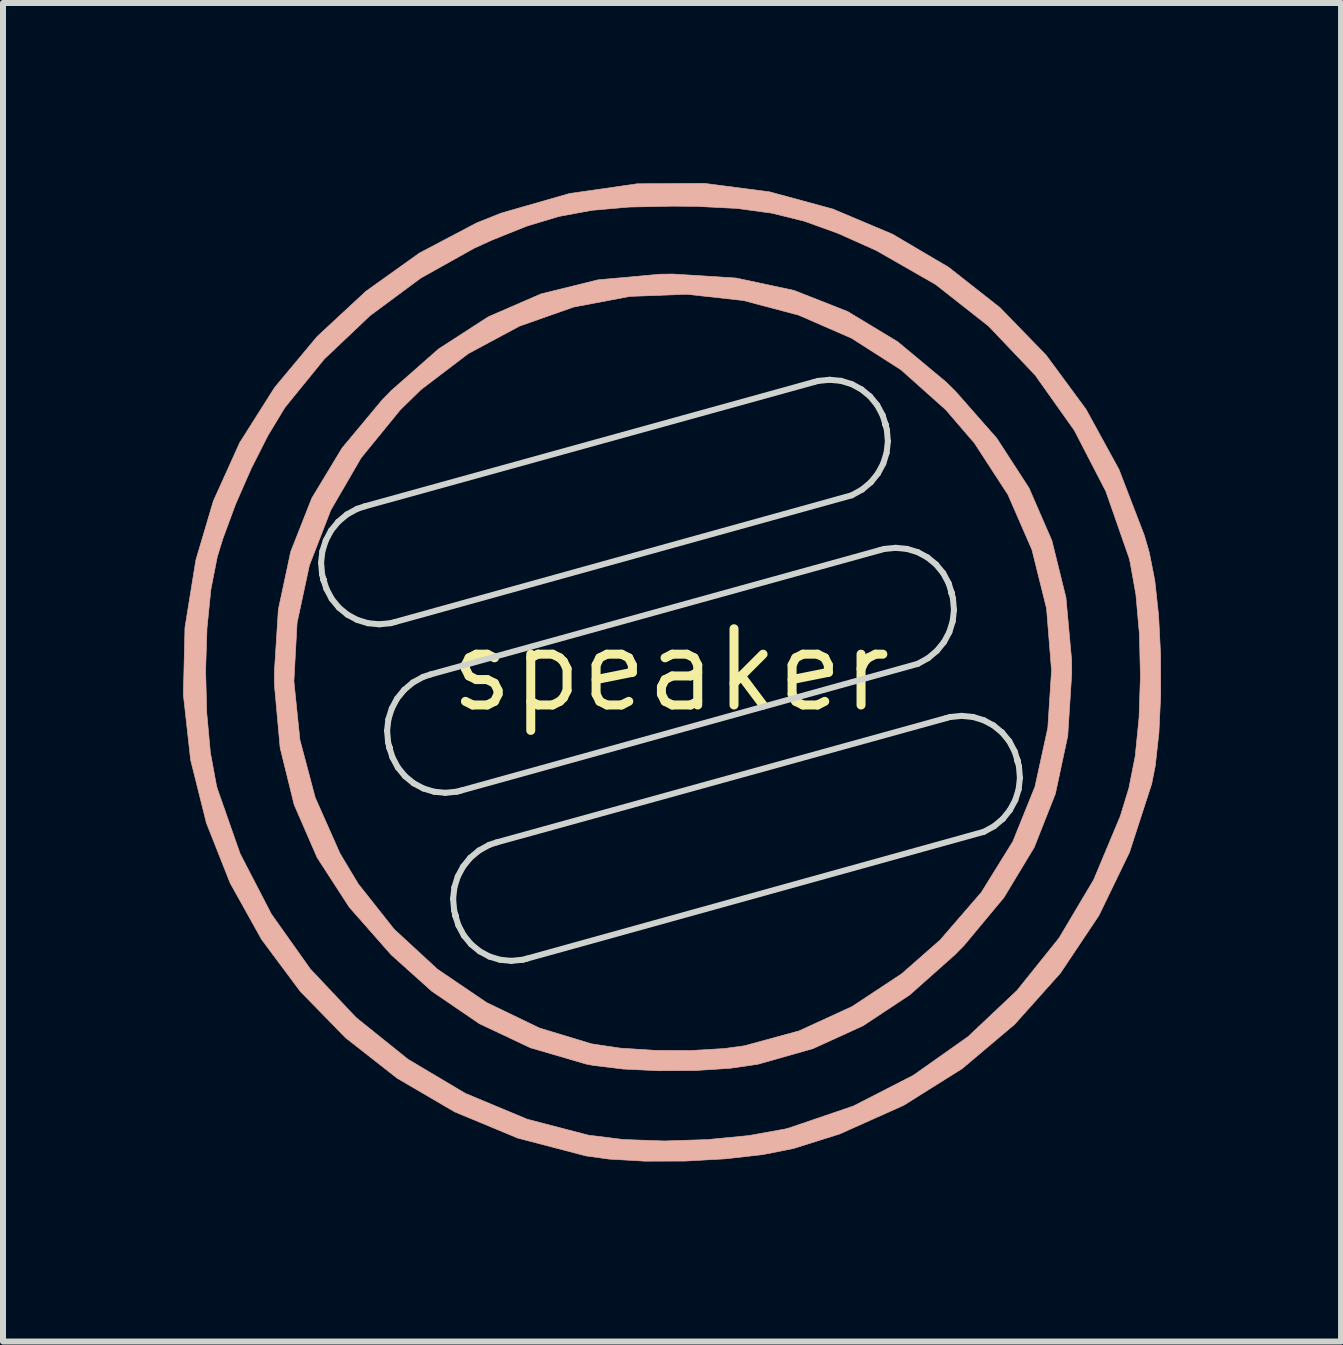
<source format=kicad_pcb>
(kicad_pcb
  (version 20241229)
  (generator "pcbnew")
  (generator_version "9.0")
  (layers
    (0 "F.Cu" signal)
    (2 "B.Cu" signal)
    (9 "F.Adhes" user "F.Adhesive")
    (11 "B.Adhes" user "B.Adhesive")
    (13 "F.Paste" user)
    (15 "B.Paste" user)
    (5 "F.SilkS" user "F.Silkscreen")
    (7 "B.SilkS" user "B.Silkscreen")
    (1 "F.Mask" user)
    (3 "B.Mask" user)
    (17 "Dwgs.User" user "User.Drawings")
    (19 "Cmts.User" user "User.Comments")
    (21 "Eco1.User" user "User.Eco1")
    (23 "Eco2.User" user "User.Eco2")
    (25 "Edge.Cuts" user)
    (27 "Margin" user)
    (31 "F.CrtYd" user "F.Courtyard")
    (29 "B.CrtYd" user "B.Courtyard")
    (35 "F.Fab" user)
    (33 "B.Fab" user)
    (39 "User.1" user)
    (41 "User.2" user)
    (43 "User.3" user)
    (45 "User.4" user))
  (footprint "speaker"
    (layer "F.Cu")
    (at 8.122 8.117)
    (property "Reference" "speaker" (at 0 0 0) (layer "F.SilkS") (effects (font (size 1.27 1.27) (thickness 0.15))))
    (attr through_hole)
    (fp_poly (pts (xy 1.096 -6.534) (xy 2.059 -6.328) (xy 2.951 -5.977) (xy 3.786 -5.472) (xy 4.584 -4.808) (xy 4.74 -4.656) (xy 5.437 -3.864) (xy 5.973 -3.037) (xy 6.355 -2.158) (xy 6.589 -1.21) (xy 6.683 -0.176) (xy 6.686 0.042) (xy 6.619 1.096) (xy 6.413 2.059) (xy 6.061 2.951) (xy 5.557 3.786) (xy 4.893 4.584) (xy 4.74 4.74) (xy 3.986 5.41) (xy 3.206 5.926) (xy 2.372 6.306) (xy 1.455 6.566) (xy 0.986 6.634) (xy 0.415 6.67) (xy -0.196 6.674) (xy -0.783 6.646) (xy -1.285 6.586) (xy -1.408 6.562) (xy -2.335 6.291) (xy -3.184 5.89) (xy -3.98 5.347) (xy -4.656 4.74) (xy -5.353 3.948) (xy -5.888 3.122) (xy -6.27 2.243) (xy -6.504 1.295) (xy -6.598 0.261) (xy -6.599 0.185) (xy -6.275 0.185) (xy -6.175 1.161) (xy -5.92 2.122) (xy -5.508 3.051) (xy -5.204 3.559) (xy -4.605 4.316) (xy -3.882 4.983) (xy -3.064 5.538) (xy -2.181 5.963) (xy -1.314 6.226) (xy -0.838 6.297) (xy -0.265 6.334) (xy 0.336 6.337) (xy 0.897 6.304) (xy 1.233 6.258) (xy 2.144 6.009) (xy 3.026 5.604) (xy 3.854 5.057) (xy 4.494 4.494) (xy 5.179 3.702) (xy 5.705 2.853) (xy 6.073 1.941) (xy 6.287 0.962) (xy 6.349 0.006) (xy 6.266 -1.028) (xy 6.023 -2.006) (xy 5.622 -2.926) (xy 5.064 -3.784) (xy 4.587 -4.339) (xy 3.841 -5.005) (xy 3.018 -5.531) (xy 2.136 -5.916) (xy 1.215 -6.16) (xy 0.27 -6.264) (xy -0.678 -6.228) (xy -1.613 -6.051) (xy -2.516 -5.733) (xy -3.369 -5.275) (xy -4.155 -4.677) (xy -4.502 -4.339) (xy -5.155 -3.538) (xy -5.66 -2.668) (xy -6.017 -1.747) (xy -6.222 -0.79) (xy -6.275 0.185) (xy -6.599 0.185) (xy -6.601 0.042) (xy -6.534 -1.011) (xy -6.328 -1.975) (xy -5.977 -2.866) (xy -5.472 -3.702) (xy -4.808 -4.499) (xy -4.656 -4.656) (xy -3.864 -5.353) (xy -3.037 -5.888) (xy -2.158 -6.27) (xy -1.21 -6.504) (xy -0.176 -6.598) (xy 0.042 -6.601) (xy 1.096 -6.534)) (stroke (width 0.01) (type solid)) (fill yes) (layer "B.SilkS"))
    (fp_poly (pts (xy 1.652 -7.97) (xy 2.703 -7.685) (xy 3.701 -7.264) (xy 4.634 -6.714) (xy 5.491 -6.04) (xy 6.258 -5.25) (xy 6.922 -4.35) (xy 7.472 -3.346) (xy 7.895 -2.246) (xy 7.978 -1.96) (xy 8.07 -1.493) (xy 8.133 -0.909) (xy 8.166 -0.259) (xy 8.168 0.409) (xy 8.138 1.044) (xy 8.077 1.595) (xy 8.018 1.893) (xy 7.648 3.034) (xy 7.138 4.088) (xy 6.497 5.047) (xy 5.735 5.9) (xy 4.861 6.638) (xy 3.886 7.25) (xy 2.818 7.728) (xy 2.044 7.971) (xy 1.533 8.072) (xy 0.913 8.142) (xy 0.242 8.179) (xy -0.424 8.181) (xy -1.026 8.146) (xy -1.41 8.093) (xy -2.545 7.796) (xy -3.595 7.36) (xy -4.554 6.799) (xy -5.415 6.124) (xy -6.171 5.349) (xy -6.814 4.485) (xy -7.337 3.547) (xy -7.733 2.545) (xy -7.996 1.493) (xy -8.117 0.404) (xy -8.107 0.006) (xy -7.746 0.006) (xy -7.727 0.714) (xy -7.667 1.371) (xy -7.565 1.923) (xy -7.552 1.971) (xy -7.171 3.058) (xy -6.65 4.064) (xy -6.002 4.978) (xy -5.239 5.788) (xy -4.374 6.483) (xy -3.419 7.051) (xy -2.386 7.482) (xy -1.369 7.747) (xy -0.784 7.82) (xy -0.102 7.844) (xy 0.616 7.821) (xy 1.306 7.754) (xy 1.905 7.646) (xy 1.971 7.629) (xy 3.047 7.262) (xy 4.046 6.75) (xy 4.959 6.105) (xy 5.772 5.338) (xy 6.474 4.463) (xy 7.052 3.49) (xy 7.495 2.432) (xy 7.638 1.964) (xy 7.743 1.435) (xy 7.807 0.795) (xy 7.83 0.097) (xy 7.813 -0.605) (xy 7.755 -1.258) (xy 7.657 -1.807) (xy 7.638 -1.879) (xy 7.254 -2.98) (xy 6.729 -3.996) (xy 6.075 -4.918) (xy 5.3 -5.733) (xy 4.416 -6.428) (xy 3.431 -6.992) (xy 3.417 -6.999) (xy 2.791 -7.279) (xy 2.232 -7.481) (xy 1.69 -7.615) (xy 1.111 -7.694) (xy 0.443 -7.728) (xy 0.042 -7.732) (xy -0.69 -7.717) (xy -1.306 -7.663) (xy -1.858 -7.561) (xy -2.399 -7.398) (xy -2.978 -7.165) (xy -3.272 -7.031) (xy -4.161 -6.534) (xy -5.007 -5.907) (xy -5.77 -5.183) (xy -6.408 -4.398) (xy -6.436 -4.359) (xy -6.707 -3.911) (xy -6.987 -3.358) (xy -7.248 -2.762) (xy -7.462 -2.182) (xy -7.552 -1.887) (xy -7.658 -1.348) (xy -7.723 -0.7) (xy -7.746 0.006) (xy -8.107 0.006) (xy -8.09 -0.711) (xy -7.908 -1.838) (xy -7.617 -2.819) (xy -7.178 -3.791) (xy -6.595 -4.712) (xy -5.887 -5.56) (xy -5.076 -6.313) (xy -4.183 -6.951) (xy -3.23 -7.453) (xy -2.819 -7.617) (xy -1.686 -7.942) (xy -0.554 -8.105) (xy 0.563 -8.112) (xy 1.652 -7.97)) (stroke (width 0.01) (type solid)) (fill yes) (layer "B.SilkS"))
    (fp_line (start -5.822 -1.791) (end -5.801 -1.981) (stroke (width 0.1) (type solid)) (layer "Edge.Cuts"))
    (fp_line (start -5.805 -1.596) (end -5.822 -1.791) (stroke (width 0.1) (type solid)) (layer "Edge.Cuts"))
    (fp_line (start -5.801 -1.981) (end -5.744 -2.161) (stroke (width 0.1) (type solid)) (layer "Edge.Cuts"))
    (fp_line (start -5.788 -1.531) (end -5.805 -1.596) (stroke (width 0.1) (type solid)) (layer "Edge.Cuts"))
    (fp_line (start -5.786 -1.525) (end -5.788 -1.531) (stroke (width 0.1) (type solid)) (layer "Edge.Cuts"))
    (fp_line (start -5.784 -1.519) (end -5.786 -1.525) (stroke (width 0.1) (type solid)) (layer "Edge.Cuts"))
    (fp_line (start -5.783 -1.513) (end -5.784 -1.519) (stroke (width 0.1) (type solid)) (layer "Edge.Cuts"))
    (fp_line (start -5.781 -1.507) (end -5.783 -1.513) (stroke (width 0.1) (type solid)) (layer "Edge.Cuts"))
    (fp_line (start -5.779 -1.501) (end -5.781 -1.507) (stroke (width 0.1) (type solid)) (layer "Edge.Cuts"))
    (fp_line (start -5.778 -1.495) (end -5.779 -1.501) (stroke (width 0.1) (type solid)) (layer "Edge.Cuts"))
    (fp_line (start -5.776 -1.489) (end -5.778 -1.495) (stroke (width 0.1) (type solid)) (layer "Edge.Cuts"))
    (fp_line (start -5.744 -2.161) (end -5.656 -2.327) (stroke (width 0.1) (type solid)) (layer "Edge.Cuts"))
    (fp_line (start -5.734 -1.357) (end -5.776 -1.489) (stroke (width 0.1) (type solid)) (layer "Edge.Cuts"))
    (fp_line (start -5.656 -2.327) (end -5.537 -2.473) (stroke (width 0.1) (type solid)) (layer "Edge.Cuts"))
    (fp_line (start -5.644 -1.187) (end -5.734 -1.357) (stroke (width 0.1) (type solid)) (layer "Edge.Cuts"))
    (fp_line (start -5.537 -2.473) (end -5.392 -2.595) (stroke (width 0.1) (type solid)) (layer "Edge.Cuts"))
    (fp_line (start -5.525 -1.042) (end -5.644 -1.187) (stroke (width 0.1) (type solid)) (layer "Edge.Cuts"))
    (fp_line (start -5.392 -2.595) (end -5.222 -2.688) (stroke (width 0.1) (type solid)) (layer "Edge.Cuts"))
    (fp_line (start -5.381 -0.924) (end -5.525 -1.042) (stroke (width 0.1) (type solid)) (layer "Edge.Cuts"))
    (fp_line (start -5.222 -2.688) (end -5.096 -2.73) (stroke (width 0.1) (type solid)) (layer "Edge.Cuts"))
    (fp_line (start -5.218 -0.837) (end -5.381 -0.924) (stroke (width 0.1) (type solid)) (layer "Edge.Cuts"))
    (fp_line (start -5.096 -2.73) (end 2.394 -4.802) (stroke (width 0.1) (type solid)) (layer "Edge.Cuts"))
    (fp_line (start -5.04 -0.783) (end -5.218 -0.837) (stroke (width 0.1) (type solid)) (layer "Edge.Cuts"))
    (fp_line (start -4.852 -0.765) (end -5.04 -0.783) (stroke (width 0.1) (type solid)) (layer "Edge.Cuts"))
    (fp_line (start -4.722 1.009) (end -4.701 0.819) (stroke (width 0.1) (type solid)) (layer "Edge.Cuts"))
    (fp_line (start -4.705 1.204) (end -4.722 1.009) (stroke (width 0.1) (type solid)) (layer "Edge.Cuts"))
    (fp_line (start -4.701 0.819) (end -4.644 0.639) (stroke (width 0.1) (type solid)) (layer "Edge.Cuts"))
    (fp_line (start -4.688 1.269) (end -4.705 1.204) (stroke (width 0.1) (type solid)) (layer "Edge.Cuts"))
    (fp_line (start -4.686 1.276) (end -4.688 1.269) (stroke (width 0.1) (type solid)) (layer "Edge.Cuts"))
    (fp_line (start -4.684 1.283) (end -4.686 1.276) (stroke (width 0.1) (type solid)) (layer "Edge.Cuts"))
    (fp_line (start -4.682 1.29) (end -4.684 1.283) (stroke (width 0.1) (type solid)) (layer "Edge.Cuts"))
    (fp_line (start -4.681 1.297) (end -4.682 1.29) (stroke (width 0.1) (type solid)) (layer "Edge.Cuts"))
    (fp_line (start -4.679 1.304) (end -4.681 1.297) (stroke (width 0.1) (type solid)) (layer "Edge.Cuts"))
    (fp_line (start -4.677 1.311) (end -4.679 1.304) (stroke (width 0.1) (type solid)) (layer "Edge.Cuts"))
    (fp_line (start -4.675 1.318) (end -4.677 1.311) (stroke (width 0.1) (type solid)) (layer "Edge.Cuts"))
    (fp_line (start -4.659 -0.784) (end -4.852 -0.765) (stroke (width 0.1) (type solid)) (layer "Edge.Cuts"))
    (fp_line (start -4.644 0.639) (end -4.556 0.473) (stroke (width 0.1) (type solid)) (layer "Edge.Cuts"))
    (fp_line (start -4.633 1.452) (end -4.675 1.318) (stroke (width 0.1) (type solid)) (layer "Edge.Cuts"))
    (fp_line (start -4.594 -0.802) (end -4.659 -0.784) (stroke (width 0.1) (type solid)) (layer "Edge.Cuts"))
    (fp_line (start -4.556 0.473) (end -4.437 0.327) (stroke (width 0.1) (type solid)) (layer "Edge.Cuts"))
    (fp_line (start -4.543 1.621) (end -4.633 1.452) (stroke (width 0.1) (type solid)) (layer "Edge.Cuts"))
    (fp_line (start -4.437 0.327) (end -4.292 0.205) (stroke (width 0.1) (type solid)) (layer "Edge.Cuts"))
    (fp_line (start -4.424 1.766) (end -4.543 1.621) (stroke (width 0.1) (type solid)) (layer "Edge.Cuts"))
    (fp_line (start -4.292 0.205) (end -4.122 0.112) (stroke (width 0.1) (type solid)) (layer "Edge.Cuts"))
    (fp_line (start -4.28 1.884) (end -4.424 1.766) (stroke (width 0.1) (type solid)) (layer "Edge.Cuts"))
    (fp_line (start -4.122 0.112) (end -3.996 0.07) (stroke (width 0.1) (type solid)) (layer "Edge.Cuts"))
    (fp_line (start -4.117 1.971) (end -4.28 1.884) (stroke (width 0.1) (type solid)) (layer "Edge.Cuts"))
    (fp_line (start -3.996 0.07) (end 3.494 -2.002) (stroke (width 0.1) (type solid)) (layer "Edge.Cuts"))
    (fp_line (start -3.939 2.025) (end -4.117 1.971) (stroke (width 0.1) (type solid)) (layer "Edge.Cuts"))
    (fp_line (start -3.751 2.043) (end -3.939 2.025) (stroke (width 0.1) (type solid)) (layer "Edge.Cuts"))
    (fp_line (start -3.622 3.808) (end -3.601 3.619) (stroke (width 0.1) (type solid)) (layer "Edge.Cuts"))
    (fp_line (start -3.605 4.003) (end -3.622 3.808) (stroke (width 0.1) (type solid)) (layer "Edge.Cuts"))
    (fp_line (start -3.601 3.619) (end -3.545 3.439) (stroke (width 0.1) (type solid)) (layer "Edge.Cuts"))
    (fp_line (start -3.588 4.068) (end -3.605 4.003) (stroke (width 0.1) (type solid)) (layer "Edge.Cuts"))
    (fp_line (start -3.586 4.075) (end -3.588 4.068) (stroke (width 0.1) (type solid)) (layer "Edge.Cuts"))
    (fp_line (start -3.585 4.082) (end -3.586 4.075) (stroke (width 0.1) (type solid)) (layer "Edge.Cuts"))
    (fp_line (start -3.583 4.089) (end -3.585 4.082) (stroke (width 0.1) (type solid)) (layer "Edge.Cuts"))
    (fp_line (start -3.581 4.096) (end -3.583 4.089) (stroke (width 0.1) (type solid)) (layer "Edge.Cuts"))
    (fp_line (start -3.579 4.103) (end -3.581 4.096) (stroke (width 0.1) (type solid)) (layer "Edge.Cuts"))
    (fp_line (start -3.577 4.11) (end -3.579 4.103) (stroke (width 0.1) (type solid)) (layer "Edge.Cuts"))
    (fp_line (start -3.576 4.117) (end -3.577 4.11) (stroke (width 0.1) (type solid)) (layer "Edge.Cuts"))
    (fp_line (start -3.558 2.024) (end -3.751 2.043) (stroke (width 0.1) (type solid)) (layer "Edge.Cuts"))
    (fp_line (start -3.545 3.439) (end -3.456 3.273) (stroke (width 0.1) (type solid)) (layer "Edge.Cuts"))
    (fp_line (start -3.534 4.251) (end -3.576 4.117) (stroke (width 0.1) (type solid)) (layer "Edge.Cuts"))
    (fp_line (start -3.493 2.006) (end -3.558 2.024) (stroke (width 0.1) (type solid)) (layer "Edge.Cuts"))
    (fp_line (start -3.456 3.273) (end -3.338 3.127) (stroke (width 0.1) (type solid)) (layer "Edge.Cuts"))
    (fp_line (start -3.443 4.421) (end -3.534 4.251) (stroke (width 0.1) (type solid)) (layer "Edge.Cuts"))
    (fp_line (start -3.338 3.127) (end -3.192 3.005) (stroke (width 0.1) (type solid)) (layer "Edge.Cuts"))
    (fp_line (start -3.324 4.566) (end -3.443 4.421) (stroke (width 0.1) (type solid)) (layer "Edge.Cuts"))
    (fp_line (start -3.192 3.005) (end -3.022 2.911) (stroke (width 0.1) (type solid)) (layer "Edge.Cuts"))
    (fp_line (start -3.181 4.683) (end -3.324 4.566) (stroke (width 0.1) (type solid)) (layer "Edge.Cuts"))
    (fp_line (start -3.022 2.911) (end -2.896 2.869) (stroke (width 0.1) (type solid)) (layer "Edge.Cuts"))
    (fp_line (start -3.018 4.771) (end -3.181 4.683) (stroke (width 0.1) (type solid)) (layer "Edge.Cuts"))
    (fp_line (start -2.896 2.869) (end 4.594 0.798) (stroke (width 0.1) (type solid)) (layer "Edge.Cuts"))
    (fp_line (start -2.84 4.825) (end -3.018 4.771) (stroke (width 0.1) (type solid)) (layer "Edge.Cuts"))
    (fp_line (start -2.652 4.843) (end -2.84 4.825) (stroke (width 0.1) (type solid)) (layer "Edge.Cuts"))
    (fp_line (start -2.458 4.824) (end -2.652 4.843) (stroke (width 0.1) (type solid)) (layer "Edge.Cuts"))
    (fp_line (start -2.393 4.806) (end -2.458 4.824) (stroke (width 0.1) (type solid)) (layer "Edge.Cuts"))
    (fp_line (start 2.394 -4.802) (end 2.459 -4.82) (stroke (width 0.1) (type solid)) (layer "Edge.Cuts"))
    (fp_line (start 2.459 -4.82) (end 2.653 -4.839) (stroke (width 0.1) (type solid)) (layer "Edge.Cuts"))
    (fp_line (start 2.653 -4.839) (end 2.841 -4.821) (stroke (width 0.1) (type solid)) (layer "Edge.Cuts"))
    (fp_line (start 2.841 -4.821) (end 3.019 -4.767) (stroke (width 0.1) (type solid)) (layer "Edge.Cuts"))
    (fp_line (start 3.019 -4.767) (end 3.182 -4.679) (stroke (width 0.1) (type solid)) (layer "Edge.Cuts"))
    (fp_line (start 3.022 -2.915) (end -4.594 -0.802) (stroke (width 0.1) (type solid)) (layer "Edge.Cuts"))
    (fp_line (start 3.182 -4.679) (end 3.325 -4.562) (stroke (width 0.1) (type solid)) (layer "Edge.Cuts"))
    (fp_line (start 3.192 -3.009) (end 3.022 -2.915) (stroke (width 0.1) (type solid)) (layer "Edge.Cuts"))
    (fp_line (start 3.325 -4.562) (end 3.444 -4.417) (stroke (width 0.1) (type solid)) (layer "Edge.Cuts"))
    (fp_line (start 3.338 -3.131) (end 3.192 -3.009) (stroke (width 0.1) (type solid)) (layer "Edge.Cuts"))
    (fp_line (start 3.444 -4.417) (end 3.535 -4.247) (stroke (width 0.1) (type solid)) (layer "Edge.Cuts"))
    (fp_line (start 3.456 -3.277) (end 3.338 -3.131) (stroke (width 0.1) (type solid)) (layer "Edge.Cuts"))
    (fp_line (start 3.494 -2.002) (end 3.559 -2.02) (stroke (width 0.1) (type solid)) (layer "Edge.Cuts"))
    (fp_line (start 3.535 -4.247) (end 3.576 -4.114) (stroke (width 0.1) (type solid)) (layer "Edge.Cuts"))
    (fp_line (start 3.545 -3.443) (end 3.456 -3.277) (stroke (width 0.1) (type solid)) (layer "Edge.Cuts"))
    (fp_line (start 3.559 -2.02) (end 3.753 -2.039) (stroke (width 0.1) (type solid)) (layer "Edge.Cuts"))
    (fp_line (start 3.576 -4.114) (end 3.578 -4.108) (stroke (width 0.1) (type solid)) (layer "Edge.Cuts"))
    (fp_line (start 3.578 -4.108) (end 3.58 -4.102) (stroke (width 0.1) (type solid)) (layer "Edge.Cuts"))
    (fp_line (start 3.58 -4.102) (end 3.581 -4.096) (stroke (width 0.1) (type solid)) (layer "Edge.Cuts"))
    (fp_line (start 3.581 -4.096) (end 3.583 -4.09) (stroke (width 0.1) (type solid)) (layer "Edge.Cuts"))
    (fp_line (start 3.583 -4.09) (end 3.585 -4.084) (stroke (width 0.1) (type solid)) (layer "Edge.Cuts"))
    (fp_line (start 3.585 -4.084) (end 3.586 -4.078) (stroke (width 0.1) (type solid)) (layer "Edge.Cuts"))
    (fp_line (start 3.586 -4.078) (end 3.588 -4.072) (stroke (width 0.1) (type solid)) (layer "Edge.Cuts"))
    (fp_line (start 3.588 -4.072) (end 3.605 -4.007) (stroke (width 0.1) (type solid)) (layer "Edge.Cuts"))
    (fp_line (start 3.601 -3.623) (end 3.545 -3.443) (stroke (width 0.1) (type solid)) (layer "Edge.Cuts"))
    (fp_line (start 3.605 -4.007) (end 3.622 -3.812) (stroke (width 0.1) (type solid)) (layer "Edge.Cuts"))
    (fp_line (start 3.622 -3.812) (end 3.601 -3.623) (stroke (width 0.1) (type solid)) (layer "Edge.Cuts"))
    (fp_line (start 3.753 -2.039) (end 3.941 -2.021) (stroke (width 0.1) (type solid)) (layer "Edge.Cuts"))
    (fp_line (start 3.941 -2.021) (end 4.119 -1.967) (stroke (width 0.1) (type solid)) (layer "Edge.Cuts"))
    (fp_line (start 4.119 -1.967) (end 4.282 -1.879) (stroke (width 0.1) (type solid)) (layer "Edge.Cuts"))
    (fp_line (start 4.123 -0.107) (end -3.493 2.006) (stroke (width 0.1) (type solid)) (layer "Edge.Cuts"))
    (fp_line (start 4.282 -1.879) (end 4.425 -1.762) (stroke (width 0.1) (type solid)) (layer "Edge.Cuts"))
    (fp_line (start 4.293 -0.201) (end 4.123 -0.107) (stroke (width 0.1) (type solid)) (layer "Edge.Cuts"))
    (fp_line (start 4.425 -1.762) (end 4.544 -1.617) (stroke (width 0.1) (type solid)) (layer "Edge.Cuts"))
    (fp_line (start 4.438 -0.323) (end 4.293 -0.201) (stroke (width 0.1) (type solid)) (layer "Edge.Cuts"))
    (fp_line (start 4.544 -1.617) (end 4.635 -1.447) (stroke (width 0.1) (type solid)) (layer "Edge.Cuts"))
    (fp_line (start 4.557 -0.469) (end 4.438 -0.323) (stroke (width 0.1) (type solid)) (layer "Edge.Cuts"))
    (fp_line (start 4.594 0.798) (end 4.659 0.78) (stroke (width 0.1) (type solid)) (layer "Edge.Cuts"))
    (fp_line (start 4.635 -1.447) (end 4.676 -1.313) (stroke (width 0.1) (type solid)) (layer "Edge.Cuts"))
    (fp_line (start 4.646 -0.635) (end 4.557 -0.469) (stroke (width 0.1) (type solid)) (layer "Edge.Cuts"))
    (fp_line (start 4.659 0.78) (end 4.852 0.761) (stroke (width 0.1) (type solid)) (layer "Edge.Cuts"))
    (fp_line (start 4.676 -1.313) (end 4.678 -1.306) (stroke (width 0.1) (type solid)) (layer "Edge.Cuts"))
    (fp_line (start 4.678 -1.306) (end 4.68 -1.299) (stroke (width 0.1) (type solid)) (layer "Edge.Cuts"))
    (fp_line (start 4.68 -1.299) (end 4.682 -1.292) (stroke (width 0.1) (type solid)) (layer "Edge.Cuts"))
    (fp_line (start 4.682 -1.292) (end 4.684 -1.285) (stroke (width 0.1) (type solid)) (layer "Edge.Cuts"))
    (fp_line (start 4.684 -1.285) (end 4.685 -1.278) (stroke (width 0.1) (type solid)) (layer "Edge.Cuts"))
    (fp_line (start 4.685 -1.278) (end 4.687 -1.271) (stroke (width 0.1) (type solid)) (layer "Edge.Cuts"))
    (fp_line (start 4.687 -1.271) (end 4.689 -1.264) (stroke (width 0.1) (type solid)) (layer "Edge.Cuts"))
    (fp_line (start 4.689 -1.264) (end 4.706 -1.199) (stroke (width 0.1) (type solid)) (layer "Edge.Cuts"))
    (fp_line (start 4.702 -0.815) (end 4.646 -0.635) (stroke (width 0.1) (type solid)) (layer "Edge.Cuts"))
    (fp_line (start 4.706 -1.199) (end 4.723 -1.004) (stroke (width 0.1) (type solid)) (layer "Edge.Cuts"))
    (fp_line (start 4.723 -1.004) (end 4.702 -0.815) (stroke (width 0.1) (type solid)) (layer "Edge.Cuts"))
    (fp_line (start 4.852 0.761) (end 5.04 0.779) (stroke (width 0.1) (type solid)) (layer "Edge.Cuts"))
    (fp_line (start 5.04 0.779) (end 5.218 0.833) (stroke (width 0.1) (type solid)) (layer "Edge.Cuts"))
    (fp_line (start 5.218 0.833) (end 5.381 0.92) (stroke (width 0.1) (type solid)) (layer "Edge.Cuts"))
    (fp_line (start 5.223 2.692) (end -2.393 4.806) (stroke (width 0.1) (type solid)) (layer "Edge.Cuts"))
    (fp_line (start 5.381 0.92) (end 5.525 1.038) (stroke (width 0.1) (type solid)) (layer "Edge.Cuts"))
    (fp_line (start 5.393 2.599) (end 5.223 2.692) (stroke (width 0.1) (type solid)) (layer "Edge.Cuts"))
    (fp_line (start 5.525 1.038) (end 5.644 1.183) (stroke (width 0.1) (type solid)) (layer "Edge.Cuts"))
    (fp_line (start 5.538 2.477) (end 5.393 2.599) (stroke (width 0.1) (type solid)) (layer "Edge.Cuts"))
    (fp_line (start 5.644 1.183) (end 5.734 1.352) (stroke (width 0.1) (type solid)) (layer "Edge.Cuts"))
    (fp_line (start 5.656 2.33) (end 5.538 2.477) (stroke (width 0.1) (type solid)) (layer "Edge.Cuts"))
    (fp_line (start 5.734 1.352) (end 5.776 1.486) (stroke (width 0.1) (type solid)) (layer "Edge.Cuts"))
    (fp_line (start 5.745 2.165) (end 5.656 2.33) (stroke (width 0.1) (type solid)) (layer "Edge.Cuts"))
    (fp_line (start 5.776 1.486) (end 5.778 1.493) (stroke (width 0.1) (type solid)) (layer "Edge.Cuts"))
    (fp_line (start 5.778 1.493) (end 5.78 1.5) (stroke (width 0.1) (type solid)) (layer "Edge.Cuts"))
    (fp_line (start 5.78 1.5) (end 5.781 1.507) (stroke (width 0.1) (type solid)) (layer "Edge.Cuts"))
    (fp_line (start 5.781 1.507) (end 5.783 1.514) (stroke (width 0.1) (type solid)) (layer "Edge.Cuts"))
    (fp_line (start 5.783 1.514) (end 5.785 1.521) (stroke (width 0.1) (type solid)) (layer "Edge.Cuts"))
    (fp_line (start 5.785 1.521) (end 5.787 1.528) (stroke (width 0.1) (type solid)) (layer "Edge.Cuts"))
    (fp_line (start 5.787 1.528) (end 5.789 1.535) (stroke (width 0.1) (type solid)) (layer "Edge.Cuts"))
    (fp_line (start 5.789 1.535) (end 5.806 1.6) (stroke (width 0.1) (type solid)) (layer "Edge.Cuts"))
    (fp_line (start 5.801 1.985) (end 5.745 2.165) (stroke (width 0.1) (type solid)) (layer "Edge.Cuts"))
    (fp_line (start 5.806 1.6) (end 5.822 1.795) (stroke (width 0.1) (type solid)) (layer "Edge.Cuts"))
    (fp_line (start 5.822 1.795) (end 5.801 1.985) (stroke (width 0.1) (type solid)) (layer "Edge.Cuts")))
  (gr_rect
    (start -3 -3)
    (end 19.295 19.303)
    (stroke (width 0.1) (type default))
    (fill no)
    (layer "Edge.Cuts")))
</source>
